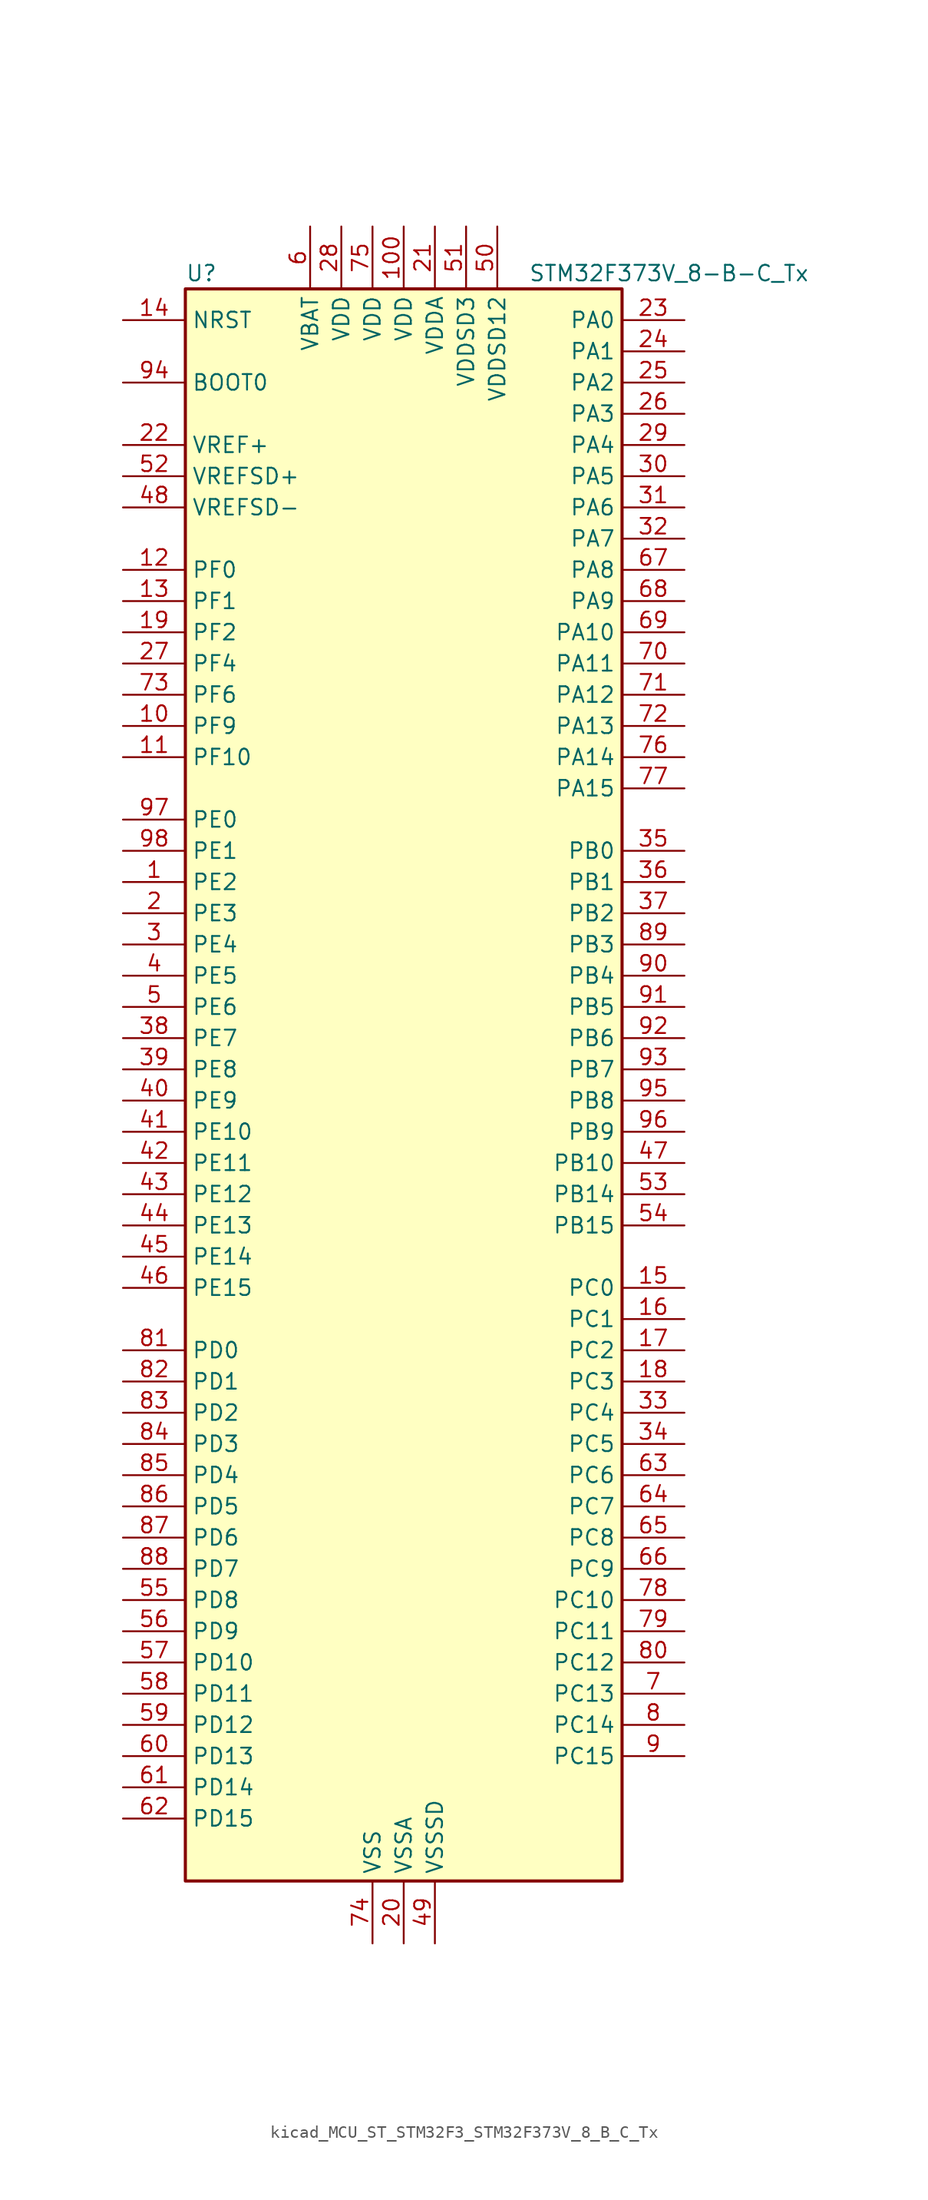
<source format=kicad_sym>
(kicad_symbol_lib
  (version 20220914)
  (generator kicad_symbol_editor)
  (symbol "kicad_MCU_ST_STM32F3_STM32F373V_8_B_C_Tx"
    (property "Reference" "U"
      (at -17.78 67.31 0)
      (effects (font (size 1.27 1.27)) (justify left)))
    (property "Value" "STM32F373V_8-B-C_Tx"
      (at 10.16 67.31 0)
      (effects (font (size 1.27 1.27)) (justify left)))
    (property "ki_locked" ""
      (at 0 0 0)
      (effects (font (size 1.27 1.27))))
    (symbol "kicad_MCU_ST_STM32F3_STM32F373V_8_B_C_Tx_0_1"
      (rectangle (start -17.78 -63.5) (end 17.78 66.04) (stroke (width 0.254) (type default)) (fill (type background))))
    (symbol "kicad_MCU_ST_STM32F3_STM32F373V_8_B_C_Tx_1_1"
      (pin bidirectional line (at -22.86 17.78 0) (length 5.08) (name "PE2" (effects (font (size 1.27 1.27)))) (number "1" (effects (font (size 1.27 1.27)))) (alternate "SYS_TRACECK" bidirectional line) (alternate "TSC_G7_IO1" bidirectional line))
      (pin bidirectional line (at -22.86 30.48 0) (length 5.08) (name "PF9" (effects (font (size 1.27 1.27)))) (number "10" (effects (font (size 1.27 1.27)))) (alternate "DAC1_EXTI9" bidirectional line) (alternate "DAC2_EXTI9" bidirectional line) (alternate "TIM14_CH1" bidirectional line))
      (pin power_in line (at 0 71.12 270) (length 5.08) (name "VDD" (effects (font (size 1.27 1.27)))) (number "100" (effects (font (size 1.27 1.27)))))
      (pin bidirectional line (at -22.86 27.94 0) (length 5.08) (name "PF10" (effects (font (size 1.27 1.27)))) (number "11" (effects (font (size 1.27 1.27)))))
      (pin bidirectional line (at -22.86 43.18 0) (length 5.08) (name "PF0" (effects (font (size 1.27 1.27)))) (number "12" (effects (font (size 1.27 1.27)))) (alternate "I2C2_SDA" bidirectional line) (alternate "RCC_OSC_IN" bidirectional line))
      (pin bidirectional line (at -22.86 40.64 0) (length 5.08) (name "PF1" (effects (font (size 1.27 1.27)))) (number "13" (effects (font (size 1.27 1.27)))) (alternate "I2C2_SCL" bidirectional line) (alternate "RCC_OSC_OUT" bidirectional line))
      (pin input line (at -22.86 63.5 0) (length 5.08) (name "NRST" (effects (font (size 1.27 1.27)))) (number "14" (effects (font (size 1.27 1.27)))))
      (pin bidirectional line (at 22.86 -15.24 180) (length 5.08) (name "PC0" (effects (font (size 1.27 1.27)))) (number "15" (effects (font (size 1.27 1.27)))) (alternate "ADC1_IN10" bidirectional line) (alternate "TIM5_CH1" bidirectional line) (alternate "TIM5_ETR" bidirectional line))
      (pin bidirectional line (at 22.86 -17.78 180) (length 5.08) (name "PC1" (effects (font (size 1.27 1.27)))) (number "16" (effects (font (size 1.27 1.27)))) (alternate "ADC1_IN11" bidirectional line) (alternate "TIM5_CH2" bidirectional line))
      (pin bidirectional line (at 22.86 -20.32 180) (length 5.08) (name "PC2" (effects (font (size 1.27 1.27)))) (number "17" (effects (font (size 1.27 1.27)))) (alternate "ADC1_IN12" bidirectional line) (alternate "I2S2_MCK" bidirectional line) (alternate "SPI2_MISO" bidirectional line) (alternate "TIM5_CH3" bidirectional line))
      (pin bidirectional line (at 22.86 -22.86 180) (length 5.08) (name "PC3" (effects (font (size 1.27 1.27)))) (number "18" (effects (font (size 1.27 1.27)))) (alternate "ADC1_IN13" bidirectional line) (alternate "I2S2_SD" bidirectional line) (alternate "SPI2_MOSI" bidirectional line) (alternate "TIM5_CH4" bidirectional line))
      (pin bidirectional line (at -22.86 38.1 0) (length 5.08) (name "PF2" (effects (font (size 1.27 1.27)))) (number "19" (effects (font (size 1.27 1.27)))) (alternate "I2C2_SMBA" bidirectional line))
      (pin bidirectional line (at -22.86 15.24 0) (length 5.08) (name "PE3" (effects (font (size 1.27 1.27)))) (number "2" (effects (font (size 1.27 1.27)))) (alternate "SYS_TRACED0" bidirectional line) (alternate "TSC_G7_IO2" bidirectional line))
      (pin power_in line (at 0 -68.58 90) (length 5.08) (name "VSSA" (effects (font (size 1.27 1.27)))) (number "20" (effects (font (size 1.27 1.27)))))
      (pin power_in line (at 2.54 71.12 270) (length 5.08) (name "VDDA" (effects (font (size 1.27 1.27)))) (number "21" (effects (font (size 1.27 1.27)))))
      (pin input line (at -22.86 53.34 0) (length 5.08) (name "VREF+" (effects (font (size 1.27 1.27)))) (number "22" (effects (font (size 1.27 1.27)))))
      (pin bidirectional line (at 22.86 63.5 180) (length 5.08) (name "PA0" (effects (font (size 1.27 1.27)))) (number "23" (effects (font (size 1.27 1.27)))) (alternate "ADC1_IN0" bidirectional line) (alternate "COMP1_INM" bidirectional line) (alternate "COMP1_OUT" bidirectional line) (alternate "RTC_TAMP2" bidirectional line) (alternate "SYS_WKUP1" bidirectional line) (alternate "TIM19_CH1" bidirectional line) (alternate "TIM2_CH1" bidirectional line) (alternate "TIM2_ETR" bidirectional line) (alternate "TIM5_CH1" bidirectional line) (alternate "TIM5_ETR" bidirectional line) (alternate "TSC_G1_IO1" bidirectional line) (alternate "USART2_CTS" bidirectional line))
      (pin bidirectional line (at 22.86 60.96 180) (length 5.08) (name "PA1" (effects (font (size 1.27 1.27)))) (number "24" (effects (font (size 1.27 1.27)))) (alternate "ADC1_IN1" bidirectional line) (alternate "COMP1_INP" bidirectional line) (alternate "I2S3_CK" bidirectional line) (alternate "RTC_REFIN" bidirectional line) (alternate "SPI3_SCK" bidirectional line) (alternate "TIM15_CH1N" bidirectional line) (alternate "TIM19_CH2" bidirectional line) (alternate "TIM2_CH2" bidirectional line) (alternate "TIM5_CH2" bidirectional line) (alternate "TSC_G1_IO2" bidirectional line) (alternate "USART2_DE" bidirectional line) (alternate "USART2_RTS" bidirectional line))
      (pin bidirectional line (at 22.86 58.42 180) (length 5.08) (name "PA2" (effects (font (size 1.27 1.27)))) (number "25" (effects (font (size 1.27 1.27)))) (alternate "ADC1_IN2" bidirectional line) (alternate "COMP2_INM" bidirectional line) (alternate "COMP2_OUT" bidirectional line) (alternate "I2S3_MCK" bidirectional line) (alternate "SPI3_MISO" bidirectional line) (alternate "TIM15_CH1" bidirectional line) (alternate "TIM19_CH3" bidirectional line) (alternate "TIM2_CH3" bidirectional line) (alternate "TIM5_CH3" bidirectional line) (alternate "TSC_G1_IO3" bidirectional line) (alternate "USART2_TX" bidirectional line))
      (pin bidirectional line (at 22.86 55.88 180) (length 5.08) (name "PA3" (effects (font (size 1.27 1.27)))) (number "26" (effects (font (size 1.27 1.27)))) (alternate "ADC1_IN3" bidirectional line) (alternate "COMP2_INP" bidirectional line) (alternate "I2S3_SD" bidirectional line) (alternate "SPI3_MOSI" bidirectional line) (alternate "TIM15_CH2" bidirectional line) (alternate "TIM19_CH4" bidirectional line) (alternate "TIM2_CH4" bidirectional line) (alternate "TIM5_CH4" bidirectional line) (alternate "TSC_G1_IO4" bidirectional line) (alternate "USART2_RX" bidirectional line))
      (pin bidirectional line (at -22.86 35.56 0) (length 5.08) (name "PF4" (effects (font (size 1.27 1.27)))) (number "27" (effects (font (size 1.27 1.27)))))
      (pin power_in line (at -5.08 71.12 270) (length 5.08) (name "VDD" (effects (font (size 1.27 1.27)))) (number "28" (effects (font (size 1.27 1.27)))))
      (pin bidirectional line (at 22.86 53.34 180) (length 5.08) (name "PA4" (effects (font (size 1.27 1.27)))) (number "29" (effects (font (size 1.27 1.27)))) (alternate "ADC1_IN4" bidirectional line) (alternate "DAC1_OUT1" bidirectional line) (alternate "I2S1_WS" bidirectional line) (alternate "I2S3_WS" bidirectional line) (alternate "SPI1_NSS" bidirectional line) (alternate "SPI3_NSS" bidirectional line) (alternate "TIM12_CH1" bidirectional line) (alternate "TIM3_CH2" bidirectional line) (alternate "TSC_G2_IO1" bidirectional line) (alternate "USART2_CK" bidirectional line))
      (pin bidirectional line (at -22.86 12.7 0) (length 5.08) (name "PE4" (effects (font (size 1.27 1.27)))) (number "3" (effects (font (size 1.27 1.27)))) (alternate "SYS_TRACED1" bidirectional line) (alternate "TSC_G7_IO3" bidirectional line))
      (pin bidirectional line (at 22.86 50.8 180) (length 5.08) (name "PA5" (effects (font (size 1.27 1.27)))) (number "30" (effects (font (size 1.27 1.27)))) (alternate "ADC1_IN5" bidirectional line) (alternate "CEC" bidirectional line) (alternate "DAC1_OUT2" bidirectional line) (alternate "I2S1_CK" bidirectional line) (alternate "SPI1_SCK" bidirectional line) (alternate "TIM12_CH2" bidirectional line) (alternate "TIM14_CH1" bidirectional line) (alternate "TIM2_CH1" bidirectional line) (alternate "TIM2_ETR" bidirectional line) (alternate "TSC_G2_IO2" bidirectional line))
      (pin bidirectional line (at 22.86 48.26 180) (length 5.08) (name "PA6" (effects (font (size 1.27 1.27)))) (number "31" (effects (font (size 1.27 1.27)))) (alternate "ADC1_IN6" bidirectional line) (alternate "COMP1_OUT" bidirectional line) (alternate "DAC2_OUT1" bidirectional line) (alternate "I2S1_MCK" bidirectional line) (alternate "SPI1_MISO" bidirectional line) (alternate "TIM13_CH1" bidirectional line) (alternate "TIM16_CH1" bidirectional line) (alternate "TIM3_CH1" bidirectional line) (alternate "TSC_G2_IO3" bidirectional line))
      (pin bidirectional line (at 22.86 45.72 180) (length 5.08) (name "PA7" (effects (font (size 1.27 1.27)))) (number "32" (effects (font (size 1.27 1.27)))) (alternate "ADC1_IN7" bidirectional line) (alternate "COMP2_OUT" bidirectional line) (alternate "I2S1_SD" bidirectional line) (alternate "SPI1_MOSI" bidirectional line) (alternate "TIM14_CH1" bidirectional line) (alternate "TIM17_CH1" bidirectional line) (alternate "TIM3_CH2" bidirectional line) (alternate "TSC_G2_IO4" bidirectional line))
      (pin bidirectional line (at 22.86 -25.4 180) (length 5.08) (name "PC4" (effects (font (size 1.27 1.27)))) (number "33" (effects (font (size 1.27 1.27)))) (alternate "ADC1_IN14" bidirectional line) (alternate "TIM13_CH1" bidirectional line) (alternate "TSC_G3_IO1" bidirectional line) (alternate "USART1_TX" bidirectional line))
      (pin bidirectional line (at 22.86 -27.94 180) (length 5.08) (name "PC5" (effects (font (size 1.27 1.27)))) (number "34" (effects (font (size 1.27 1.27)))) (alternate "ADC1_IN15" bidirectional line) (alternate "TSC_G3_IO2" bidirectional line) (alternate "USART1_RX" bidirectional line))
      (pin bidirectional line (at 22.86 20.32 180) (length 5.08) (name "PB0" (effects (font (size 1.27 1.27)))) (number "35" (effects (font (size 1.27 1.27)))) (alternate "ADC1_IN8" bidirectional line) (alternate "I2S1_SD" bidirectional line) (alternate "SDADC1_AIN6P" bidirectional line) (alternate "SPI1_MOSI" bidirectional line) (alternate "TIM3_CH2" bidirectional line) (alternate "TIM3_CH3" bidirectional line) (alternate "TSC_G3_IO3" bidirectional line))
      (pin bidirectional line (at 22.86 17.78 180) (length 5.08) (name "PB1" (effects (font (size 1.27 1.27)))) (number "36" (effects (font (size 1.27 1.27)))) (alternate "ADC1_IN9" bidirectional line) (alternate "SDADC1_AIN5P" bidirectional line) (alternate "SDADC1_AIN6M" bidirectional line) (alternate "TIM3_CH4" bidirectional line) (alternate "TSC_G3_IO4" bidirectional line))
      (pin bidirectional line (at 22.86 15.24 180) (length 5.08) (name "PB2" (effects (font (size 1.27 1.27)))) (number "37" (effects (font (size 1.27 1.27)))) (alternate "SDADC1_AIN4P" bidirectional line) (alternate "SDADC2_AIN6P" bidirectional line))
      (pin bidirectional line (at -22.86 5.08 0) (length 5.08) (name "PE7" (effects (font (size 1.27 1.27)))) (number "38" (effects (font (size 1.27 1.27)))) (alternate "SDADC1_AIN3P" bidirectional line) (alternate "SDADC1_AIN4M" bidirectional line) (alternate "SDADC2_AIN5P" bidirectional line) (alternate "SDADC2_AIN6M" bidirectional line))
      (pin bidirectional line (at -22.86 2.54 0) (length 5.08) (name "PE8" (effects (font (size 1.27 1.27)))) (number "39" (effects (font (size 1.27 1.27)))) (alternate "SDADC1_AIN8P" bidirectional line) (alternate "SDADC2_AIN8P" bidirectional line))
      (pin bidirectional line (at -22.86 10.16 0) (length 5.08) (name "PE5" (effects (font (size 1.27 1.27)))) (number "4" (effects (font (size 1.27 1.27)))) (alternate "SYS_TRACED2" bidirectional line) (alternate "TSC_G7_IO4" bidirectional line))
      (pin bidirectional line (at -22.86 0 0) (length 5.08) (name "PE9" (effects (font (size 1.27 1.27)))) (number "40" (effects (font (size 1.27 1.27)))) (alternate "DAC1_EXTI9" bidirectional line) (alternate "DAC2_EXTI9" bidirectional line) (alternate "SDADC1_AIN7P" bidirectional line) (alternate "SDADC1_AIN8M" bidirectional line) (alternate "SDADC2_AIN7P" bidirectional line) (alternate "SDADC2_AIN8M" bidirectional line))
      (pin bidirectional line (at -22.86 -2.54 0) (length 5.08) (name "PE10" (effects (font (size 1.27 1.27)))) (number "41" (effects (font (size 1.27 1.27)))) (alternate "SDADC1_AIN2P" bidirectional line))
      (pin bidirectional line (at -22.86 -5.08 0) (length 5.08) (name "PE11" (effects (font (size 1.27 1.27)))) (number "42" (effects (font (size 1.27 1.27)))) (alternate "ADC1_EXTI11" bidirectional line) (alternate "SDADC1_AIN1P" bidirectional line) (alternate "SDADC1_AIN2M" bidirectional line) (alternate "SDADC1_EXTI11" bidirectional line) (alternate "SDADC2_AIN4P" bidirectional line) (alternate "SDADC2_EXTI11" bidirectional line) (alternate "SDADC3_EXTI11" bidirectional line))
      (pin bidirectional line (at -22.86 -7.62 0) (length 5.08) (name "PE12" (effects (font (size 1.27 1.27)))) (number "43" (effects (font (size 1.27 1.27)))) (alternate "SDADC1_AIN0P" bidirectional line) (alternate "SDADC2_AIN3P" bidirectional line) (alternate "SDADC2_AIN4M" bidirectional line))
      (pin bidirectional line (at -22.86 -10.16 0) (length 5.08) (name "PE13" (effects (font (size 1.27 1.27)))) (number "44" (effects (font (size 1.27 1.27)))) (alternate "SDADC1_AIN0M" bidirectional line) (alternate "SDADC2_AIN2P" bidirectional line))
      (pin bidirectional line (at -22.86 -12.7 0) (length 5.08) (name "PE14" (effects (font (size 1.27 1.27)))) (number "45" (effects (font (size 1.27 1.27)))) (alternate "SDADC2_AIN1P" bidirectional line) (alternate "SDADC2_AIN2M" bidirectional line))
      (pin bidirectional line (at -22.86 -15.24 0) (length 5.08) (name "PE15" (effects (font (size 1.27 1.27)))) (number "46" (effects (font (size 1.27 1.27)))) (alternate "ADC1_EXTI15" bidirectional line) (alternate "SDADC1_EXTI15" bidirectional line) (alternate "SDADC2_AIN0P" bidirectional line) (alternate "SDADC2_EXTI15" bidirectional line) (alternate "SDADC3_EXTI15" bidirectional line) (alternate "USART3_RX" bidirectional line))
      (pin bidirectional line (at 22.86 -5.08 180) (length 5.08) (name "PB10" (effects (font (size 1.27 1.27)))) (number "47" (effects (font (size 1.27 1.27)))) (alternate "CEC" bidirectional line) (alternate "I2S2_CK" bidirectional line) (alternate "SDADC2_AIN0M" bidirectional line) (alternate "SPI2_SCK" bidirectional line) (alternate "TIM2_CH3" bidirectional line) (alternate "TSC_SYNC" bidirectional line) (alternate "USART3_TX" bidirectional line))
      (pin input line (at -22.86 48.26 0) (length 5.08) (name "VREFSD-" (effects (font (size 1.27 1.27)))) (number "48" (effects (font (size 1.27 1.27)))))
      (pin power_in line (at 2.54 -68.58 90) (length 5.08) (name "VSSSD" (effects (font (size 1.27 1.27)))) (number "49" (effects (font (size 1.27 1.27)))))
      (pin bidirectional line (at -22.86 7.62 0) (length 5.08) (name "PE6" (effects (font (size 1.27 1.27)))) (number "5" (effects (font (size 1.27 1.27)))) (alternate "RTC_TAMP3" bidirectional line) (alternate "SYS_TRACED3" bidirectional line) (alternate "SYS_WKUP3" bidirectional line))
      (pin power_in line (at 7.62 71.12 270) (length 5.08) (name "VDDSD12" (effects (font (size 1.27 1.27)))) (number "50" (effects (font (size 1.27 1.27)))))
      (pin power_in line (at 5.08 71.12 270) (length 5.08) (name "VDDSD3" (effects (font (size 1.27 1.27)))) (number "51" (effects (font (size 1.27 1.27)))))
      (pin input line (at -22.86 50.8 0) (length 5.08) (name "VREFSD+" (effects (font (size 1.27 1.27)))) (number "52" (effects (font (size 1.27 1.27)))))
      (pin bidirectional line (at 22.86 -7.62 180) (length 5.08) (name "PB14" (effects (font (size 1.27 1.27)))) (number "53" (effects (font (size 1.27 1.27)))) (alternate "I2S2_MCK" bidirectional line) (alternate "SDADC3_AIN8P" bidirectional line) (alternate "SPI2_MISO" bidirectional line) (alternate "TIM12_CH1" bidirectional line) (alternate "TIM15_CH1" bidirectional line) (alternate "TSC_G6_IO1" bidirectional line) (alternate "USART3_DE" bidirectional line) (alternate "USART3_RTS" bidirectional line))
      (pin bidirectional line (at 22.86 -10.16 180) (length 5.08) (name "PB15" (effects (font (size 1.27 1.27)))) (number "54" (effects (font (size 1.27 1.27)))) (alternate "ADC1_EXTI15" bidirectional line) (alternate "I2S2_SD" bidirectional line) (alternate "RTC_REFIN" bidirectional line) (alternate "SDADC1_EXTI15" bidirectional line) (alternate "SDADC2_EXTI15" bidirectional line) (alternate "SDADC3_AIN7P" bidirectional line) (alternate "SDADC3_AIN8M" bidirectional line) (alternate "SDADC3_EXTI15" bidirectional line) (alternate "SPI2_MOSI" bidirectional line) (alternate "TIM12_CH2" bidirectional line) (alternate "TIM15_CH1N" bidirectional line) (alternate "TIM15_CH2" bidirectional line) (alternate "TSC_G6_IO2" bidirectional line))
      (pin bidirectional line (at -22.86 -40.64 0) (length 5.08) (name "PD8" (effects (font (size 1.27 1.27)))) (number "55" (effects (font (size 1.27 1.27)))) (alternate "I2S2_CK" bidirectional line) (alternate "SDADC3_AIN6P" bidirectional line) (alternate "SPI2_SCK" bidirectional line) (alternate "TSC_G6_IO3" bidirectional line) (alternate "USART3_TX" bidirectional line))
      (pin bidirectional line (at -22.86 -43.18 0) (length 5.08) (name "PD9" (effects (font (size 1.27 1.27)))) (number "56" (effects (font (size 1.27 1.27)))) (alternate "DAC1_EXTI9" bidirectional line) (alternate "DAC2_EXTI9" bidirectional line) (alternate "SDADC3_AIN5P" bidirectional line) (alternate "SDADC3_AIN6M" bidirectional line) (alternate "TSC_G6_IO4" bidirectional line) (alternate "USART3_RX" bidirectional line))
      (pin bidirectional line (at -22.86 -45.72 0) (length 5.08) (name "PD10" (effects (font (size 1.27 1.27)))) (number "57" (effects (font (size 1.27 1.27)))) (alternate "SDADC3_AIN4P" bidirectional line) (alternate "USART3_CK" bidirectional line))
      (pin bidirectional line (at -22.86 -48.26 0) (length 5.08) (name "PD11" (effects (font (size 1.27 1.27)))) (number "58" (effects (font (size 1.27 1.27)))) (alternate "ADC1_EXTI11" bidirectional line) (alternate "SDADC1_EXTI11" bidirectional line) (alternate "SDADC2_EXTI11" bidirectional line) (alternate "SDADC3_AIN3P" bidirectional line) (alternate "SDADC3_AIN4M" bidirectional line) (alternate "SDADC3_EXTI11" bidirectional line) (alternate "USART3_CTS" bidirectional line))
      (pin bidirectional line (at -22.86 -50.8 0) (length 5.08) (name "PD12" (effects (font (size 1.27 1.27)))) (number "59" (effects (font (size 1.27 1.27)))) (alternate "SDADC3_AIN2P" bidirectional line) (alternate "TIM4_CH1" bidirectional line) (alternate "TSC_G8_IO1" bidirectional line) (alternate "USART3_DE" bidirectional line) (alternate "USART3_RTS" bidirectional line))
      (pin power_in line (at -7.62 71.12 270) (length 5.08) (name "VBAT" (effects (font (size 1.27 1.27)))) (number "6" (effects (font (size 1.27 1.27)))))
      (pin bidirectional line (at -22.86 -53.34 0) (length 5.08) (name "PD13" (effects (font (size 1.27 1.27)))) (number "60" (effects (font (size 1.27 1.27)))) (alternate "SDADC3_AIN1P" bidirectional line) (alternate "SDADC3_AIN2M" bidirectional line) (alternate "TIM4_CH2" bidirectional line) (alternate "TSC_G8_IO2" bidirectional line))
      (pin bidirectional line (at -22.86 -55.88 0) (length 5.08) (name "PD14" (effects (font (size 1.27 1.27)))) (number "61" (effects (font (size 1.27 1.27)))) (alternate "SDADC3_AIN0P" bidirectional line) (alternate "TIM4_CH3" bidirectional line) (alternate "TSC_G8_IO3" bidirectional line))
      (pin bidirectional line (at -22.86 -58.42 0) (length 5.08) (name "PD15" (effects (font (size 1.27 1.27)))) (number "62" (effects (font (size 1.27 1.27)))) (alternate "ADC1_EXTI15" bidirectional line) (alternate "SDADC1_EXTI15" bidirectional line) (alternate "SDADC2_EXTI15" bidirectional line) (alternate "SDADC3_AIN0M" bidirectional line) (alternate "SDADC3_EXTI15" bidirectional line) (alternate "TIM4_CH4" bidirectional line) (alternate "TSC_G8_IO4" bidirectional line))
      (pin bidirectional line (at 22.86 -30.48 180) (length 5.08) (name "PC6" (effects (font (size 1.27 1.27)))) (number "63" (effects (font (size 1.27 1.27)))) (alternate "I2S1_WS" bidirectional line) (alternate "SPI1_NSS" bidirectional line) (alternate "TIM3_CH1" bidirectional line))
      (pin bidirectional line (at 22.86 -33.02 180) (length 5.08) (name "PC7" (effects (font (size 1.27 1.27)))) (number "64" (effects (font (size 1.27 1.27)))) (alternate "I2S1_CK" bidirectional line) (alternate "SPI1_SCK" bidirectional line) (alternate "TIM3_CH2" bidirectional line))
      (pin bidirectional line (at 22.86 -35.56 180) (length 5.08) (name "PC8" (effects (font (size 1.27 1.27)))) (number "65" (effects (font (size 1.27 1.27)))) (alternate "I2S1_MCK" bidirectional line) (alternate "SPI1_MISO" bidirectional line) (alternate "TIM3_CH3" bidirectional line))
      (pin bidirectional line (at 22.86 -38.1 180) (length 5.08) (name "PC9" (effects (font (size 1.27 1.27)))) (number "66" (effects (font (size 1.27 1.27)))) (alternate "DAC1_EXTI9" bidirectional line) (alternate "DAC2_EXTI9" bidirectional line) (alternate "I2S1_SD" bidirectional line) (alternate "SPI1_MOSI" bidirectional line) (alternate "TIM3_CH4" bidirectional line))
      (pin bidirectional line (at 22.86 43.18 180) (length 5.08) (name "PA8" (effects (font (size 1.27 1.27)))) (number "67" (effects (font (size 1.27 1.27)))) (alternate "I2C2_SMBA" bidirectional line) (alternate "I2S2_CK" bidirectional line) (alternate "RCC_MCO" bidirectional line) (alternate "SPI2_SCK" bidirectional line) (alternate "TIM4_ETR" bidirectional line) (alternate "TIM5_CH1" bidirectional line) (alternate "TIM5_ETR" bidirectional line) (alternate "USART1_CK" bidirectional line))
      (pin bidirectional line (at 22.86 40.64 180) (length 5.08) (name "PA9" (effects (font (size 1.27 1.27)))) (number "68" (effects (font (size 1.27 1.27)))) (alternate "DAC1_EXTI9" bidirectional line) (alternate "DAC2_EXTI9" bidirectional line) (alternate "I2C2_SCL" bidirectional line) (alternate "I2S2_MCK" bidirectional line) (alternate "SPI2_MISO" bidirectional line) (alternate "TIM13_CH1" bidirectional line) (alternate "TIM15_BKIN" bidirectional line) (alternate "TIM2_CH3" bidirectional line) (alternate "TSC_G4_IO1" bidirectional line) (alternate "USART1_TX" bidirectional line))
      (pin bidirectional line (at 22.86 38.1 180) (length 5.08) (name "PA10" (effects (font (size 1.27 1.27)))) (number "69" (effects (font (size 1.27 1.27)))) (alternate "I2C2_SDA" bidirectional line) (alternate "I2S2_SD" bidirectional line) (alternate "SPI2_MOSI" bidirectional line) (alternate "TIM14_CH1" bidirectional line) (alternate "TIM17_BKIN" bidirectional line) (alternate "TIM2_CH4" bidirectional line) (alternate "TSC_G4_IO2" bidirectional line) (alternate "USART1_RX" bidirectional line))
      (pin bidirectional line (at 22.86 -48.26 180) (length 5.08) (name "PC13" (effects (font (size 1.27 1.27)))) (number "7" (effects (font (size 1.27 1.27)))) (alternate "RTC_OUT_ALARM" bidirectional line) (alternate "RTC_OUT_CALIB" bidirectional line) (alternate "RTC_TAMP1" bidirectional line) (alternate "RTC_TS" bidirectional line) (alternate "SYS_WKUP2" bidirectional line))
      (pin bidirectional line (at 22.86 35.56 180) (length 5.08) (name "PA11" (effects (font (size 1.27 1.27)))) (number "70" (effects (font (size 1.27 1.27)))) (alternate "ADC1_EXTI11" bidirectional line) (alternate "CAN_RX" bidirectional line) (alternate "COMP1_OUT" bidirectional line) (alternate "I2S1_WS" bidirectional line) (alternate "I2S2_WS" bidirectional line) (alternate "SDADC1_EXTI11" bidirectional line) (alternate "SDADC2_EXTI11" bidirectional line) (alternate "SDADC3_EXTI11" bidirectional line) (alternate "SPI1_NSS" bidirectional line) (alternate "SPI2_NSS" bidirectional line) (alternate "TIM4_CH1" bidirectional line) (alternate "TIM5_CH2" bidirectional line) (alternate "USART1_CTS" bidirectional line) (alternate "USB_DM" bidirectional line))
      (pin bidirectional line (at 22.86 33.02 180) (length 5.08) (name "PA12" (effects (font (size 1.27 1.27)))) (number "71" (effects (font (size 1.27 1.27)))) (alternate "CAN_TX" bidirectional line) (alternate "COMP2_OUT" bidirectional line) (alternate "I2S1_CK" bidirectional line) (alternate "SPI1_SCK" bidirectional line) (alternate "TIM16_CH1" bidirectional line) (alternate "TIM4_CH2" bidirectional line) (alternate "TIM5_CH3" bidirectional line) (alternate "USART1_DE" bidirectional line) (alternate "USART1_RTS" bidirectional line) (alternate "USB_DP" bidirectional line))
      (pin bidirectional line (at 22.86 30.48 180) (length 5.08) (name "PA13" (effects (font (size 1.27 1.27)))) (number "72" (effects (font (size 1.27 1.27)))) (alternate "I2S1_MCK" bidirectional line) (alternate "IR_OUT" bidirectional line) (alternate "SPI1_MISO" bidirectional line) (alternate "SYS_JTMS-SWDIO" bidirectional line) (alternate "TIM16_CH1N" bidirectional line) (alternate "TIM4_CH3" bidirectional line) (alternate "TIM5_CH4" bidirectional line) (alternate "TSC_G4_IO3" bidirectional line) (alternate "USART3_CTS" bidirectional line))
      (pin bidirectional line (at -22.86 33.02 0) (length 5.08) (name "PF6" (effects (font (size 1.27 1.27)))) (number "73" (effects (font (size 1.27 1.27)))) (alternate "I2C2_SCL" bidirectional line) (alternate "I2S1_SD" bidirectional line) (alternate "SPI1_MOSI" bidirectional line) (alternate "TIM4_CH4" bidirectional line) (alternate "USART3_DE" bidirectional line) (alternate "USART3_RTS" bidirectional line))
      (pin power_in line (at -2.54 -68.58 90) (length 5.08) (name "VSS" (effects (font (size 1.27 1.27)))) (number "74" (effects (font (size 1.27 1.27)))))
      (pin power_in line (at -2.54 71.12 270) (length 5.08) (name "VDD" (effects (font (size 1.27 1.27)))) (number "75" (effects (font (size 1.27 1.27)))))
      (pin bidirectional line (at 22.86 27.94 180) (length 5.08) (name "PA14" (effects (font (size 1.27 1.27)))) (number "76" (effects (font (size 1.27 1.27)))) (alternate "I2C1_SDA" bidirectional line) (alternate "SYS_JTCK-SWCLK" bidirectional line) (alternate "TIM12_CH1" bidirectional line) (alternate "TSC_G4_IO4" bidirectional line))
      (pin bidirectional line (at 22.86 25.4 180) (length 5.08) (name "PA15" (effects (font (size 1.27 1.27)))) (number "77" (effects (font (size 1.27 1.27)))) (alternate "ADC1_EXTI15" bidirectional line) (alternate "I2C1_SCL" bidirectional line) (alternate "I2S1_WS" bidirectional line) (alternate "I2S3_WS" bidirectional line) (alternate "SDADC1_EXTI15" bidirectional line) (alternate "SDADC2_EXTI15" bidirectional line) (alternate "SDADC3_EXTI15" bidirectional line) (alternate "SPI1_NSS" bidirectional line) (alternate "SPI3_NSS" bidirectional line) (alternate "SYS_JTDI" bidirectional line) (alternate "TIM12_CH2" bidirectional line) (alternate "TIM2_CH1" bidirectional line) (alternate "TIM2_ETR" bidirectional line) (alternate "TSC_SYNC" bidirectional line))
      (pin bidirectional line (at 22.86 -40.64 180) (length 5.08) (name "PC10" (effects (font (size 1.27 1.27)))) (number "78" (effects (font (size 1.27 1.27)))) (alternate "I2S3_CK" bidirectional line) (alternate "SPI3_SCK" bidirectional line) (alternate "TIM19_CH1" bidirectional line) (alternate "USART3_TX" bidirectional line))
      (pin bidirectional line (at 22.86 -43.18 180) (length 5.08) (name "PC11" (effects (font (size 1.27 1.27)))) (number "79" (effects (font (size 1.27 1.27)))) (alternate "ADC1_EXTI11" bidirectional line) (alternate "I2S3_MCK" bidirectional line) (alternate "SDADC1_EXTI11" bidirectional line) (alternate "SDADC2_EXTI11" bidirectional line) (alternate "SDADC3_EXTI11" bidirectional line) (alternate "SPI3_MISO" bidirectional line) (alternate "TIM19_CH2" bidirectional line) (alternate "USART3_RX" bidirectional line))
      (pin bidirectional line (at 22.86 -50.8 180) (length 5.08) (name "PC14" (effects (font (size 1.27 1.27)))) (number "8" (effects (font (size 1.27 1.27)))) (alternate "RCC_OSC32_IN" bidirectional line))
      (pin bidirectional line (at 22.86 -45.72 180) (length 5.08) (name "PC12" (effects (font (size 1.27 1.27)))) (number "80" (effects (font (size 1.27 1.27)))) (alternate "I2S3_SD" bidirectional line) (alternate "SPI3_MOSI" bidirectional line) (alternate "TIM19_CH3" bidirectional line) (alternate "USART3_CK" bidirectional line))
      (pin bidirectional line (at -22.86 -20.32 0) (length 5.08) (name "PD0" (effects (font (size 1.27 1.27)))) (number "81" (effects (font (size 1.27 1.27)))) (alternate "CAN_RX" bidirectional line) (alternate "TIM19_CH4" bidirectional line))
      (pin bidirectional line (at -22.86 -22.86 0) (length 5.08) (name "PD1" (effects (font (size 1.27 1.27)))) (number "82" (effects (font (size 1.27 1.27)))) (alternate "CAN_TX" bidirectional line) (alternate "TIM19_ETR" bidirectional line))
      (pin bidirectional line (at -22.86 -25.4 0) (length 5.08) (name "PD2" (effects (font (size 1.27 1.27)))) (number "83" (effects (font (size 1.27 1.27)))) (alternate "TIM3_ETR" bidirectional line))
      (pin bidirectional line (at -22.86 -27.94 0) (length 5.08) (name "PD3" (effects (font (size 1.27 1.27)))) (number "84" (effects (font (size 1.27 1.27)))) (alternate "I2S2_MCK" bidirectional line) (alternate "SPI2_MISO" bidirectional line) (alternate "USART2_CTS" bidirectional line))
      (pin bidirectional line (at -22.86 -30.48 0) (length 5.08) (name "PD4" (effects (font (size 1.27 1.27)))) (number "85" (effects (font (size 1.27 1.27)))) (alternate "I2S2_SD" bidirectional line) (alternate "SPI2_MOSI" bidirectional line) (alternate "USART2_DE" bidirectional line) (alternate "USART2_RTS" bidirectional line))
      (pin bidirectional line (at -22.86 -33.02 0) (length 5.08) (name "PD5" (effects (font (size 1.27 1.27)))) (number "86" (effects (font (size 1.27 1.27)))) (alternate "USART2_TX" bidirectional line))
      (pin bidirectional line (at -22.86 -35.56 0) (length 5.08) (name "PD6" (effects (font (size 1.27 1.27)))) (number "87" (effects (font (size 1.27 1.27)))) (alternate "I2S2_WS" bidirectional line) (alternate "SPI2_NSS" bidirectional line) (alternate "USART2_RX" bidirectional line))
      (pin bidirectional line (at -22.86 -38.1 0) (length 5.08) (name "PD7" (effects (font (size 1.27 1.27)))) (number "88" (effects (font (size 1.27 1.27)))) (alternate "I2S2_CK" bidirectional line) (alternate "SPI2_SCK" bidirectional line) (alternate "USART2_CK" bidirectional line))
      (pin bidirectional line (at 22.86 12.7 180) (length 5.08) (name "PB3" (effects (font (size 1.27 1.27)))) (number "89" (effects (font (size 1.27 1.27)))) (alternate "I2S1_CK" bidirectional line) (alternate "I2S3_CK" bidirectional line) (alternate "SPI1_SCK" bidirectional line) (alternate "SPI3_SCK" bidirectional line) (alternate "SYS_JTDO-TRACESWO" bidirectional line) (alternate "TIM13_CH1" bidirectional line) (alternate "TIM2_CH2" bidirectional line) (alternate "TIM3_ETR" bidirectional line) (alternate "TIM4_ETR" bidirectional line) (alternate "TSC_G5_IO1" bidirectional line) (alternate "USART2_TX" bidirectional line))
      (pin bidirectional line (at 22.86 -53.34 180) (length 5.08) (name "PC15" (effects (font (size 1.27 1.27)))) (number "9" (effects (font (size 1.27 1.27)))) (alternate "ADC1_EXTI15" bidirectional line) (alternate "RCC_OSC32_OUT" bidirectional line) (alternate "SDADC1_EXTI15" bidirectional line) (alternate "SDADC2_EXTI15" bidirectional line) (alternate "SDADC3_EXTI15" bidirectional line))
      (pin bidirectional line (at 22.86 10.16 180) (length 5.08) (name "PB4" (effects (font (size 1.27 1.27)))) (number "90" (effects (font (size 1.27 1.27)))) (alternate "I2S1_MCK" bidirectional line) (alternate "I2S3_MCK" bidirectional line) (alternate "SPI1_MISO" bidirectional line) (alternate "SPI3_MISO" bidirectional line) (alternate "SYS_NJTRST" bidirectional line) (alternate "TIM15_CH1N" bidirectional line) (alternate "TIM16_CH1" bidirectional line) (alternate "TIM17_BKIN" bidirectional line) (alternate "TIM3_CH1" bidirectional line) (alternate "TSC_G5_IO2" bidirectional line) (alternate "USART2_RX" bidirectional line))
      (pin bidirectional line (at 22.86 7.62 180) (length 5.08) (name "PB5" (effects (font (size 1.27 1.27)))) (number "91" (effects (font (size 1.27 1.27)))) (alternate "I2C1_SMBA" bidirectional line) (alternate "I2S1_SD" bidirectional line) (alternate "I2S3_SD" bidirectional line) (alternate "SPI1_MOSI" bidirectional line) (alternate "SPI3_MOSI" bidirectional line) (alternate "TIM16_BKIN" bidirectional line) (alternate "TIM17_CH1" bidirectional line) (alternate "TIM19_ETR" bidirectional line) (alternate "TIM3_CH2" bidirectional line) (alternate "USART2_CK" bidirectional line))
      (pin bidirectional line (at 22.86 5.08 180) (length 5.08) (name "PB6" (effects (font (size 1.27 1.27)))) (number "92" (effects (font (size 1.27 1.27)))) (alternate "I2C1_SCL" bidirectional line) (alternate "TIM15_CH1" bidirectional line) (alternate "TIM16_CH1N" bidirectional line) (alternate "TIM19_CH1" bidirectional line) (alternate "TIM3_CH3" bidirectional line) (alternate "TIM4_CH1" bidirectional line) (alternate "TSC_G5_IO3" bidirectional line) (alternate "USART1_TX" bidirectional line))
      (pin bidirectional line (at 22.86 2.54 180) (length 5.08) (name "PB7" (effects (font (size 1.27 1.27)))) (number "93" (effects (font (size 1.27 1.27)))) (alternate "I2C1_SDA" bidirectional line) (alternate "TIM15_CH2" bidirectional line) (alternate "TIM17_CH1N" bidirectional line) (alternate "TIM19_CH2" bidirectional line) (alternate "TIM3_CH4" bidirectional line) (alternate "TIM4_CH2" bidirectional line) (alternate "TSC_G5_IO4" bidirectional line) (alternate "USART1_RX" bidirectional line))
      (pin input line (at -22.86 58.42 0) (length 5.08) (name "BOOT0" (effects (font (size 1.27 1.27)))) (number "94" (effects (font (size 1.27 1.27)))))
      (pin bidirectional line (at 22.86 0 180) (length 5.08) (name "PB8" (effects (font (size 1.27 1.27)))) (number "95" (effects (font (size 1.27 1.27)))) (alternate "CAN_RX" bidirectional line) (alternate "CEC" bidirectional line) (alternate "COMP1_OUT" bidirectional line) (alternate "I2C1_SCL" bidirectional line) (alternate "I2S2_CK" bidirectional line) (alternate "SPI2_SCK" bidirectional line) (alternate "TIM16_CH1" bidirectional line) (alternate "TIM19_CH3" bidirectional line) (alternate "TIM4_CH3" bidirectional line) (alternate "TSC_SYNC" bidirectional line) (alternate "USART3_TX" bidirectional line))
      (pin bidirectional line (at 22.86 -2.54 180) (length 5.08) (name "PB9" (effects (font (size 1.27 1.27)))) (number "96" (effects (font (size 1.27 1.27)))) (alternate "CAN_TX" bidirectional line) (alternate "COMP2_OUT" bidirectional line) (alternate "DAC1_EXTI9" bidirectional line) (alternate "DAC2_EXTI9" bidirectional line) (alternate "I2C1_SDA" bidirectional line) (alternate "I2S2_WS" bidirectional line) (alternate "IR_OUT" bidirectional line) (alternate "SPI2_NSS" bidirectional line) (alternate "TIM17_CH1" bidirectional line) (alternate "TIM19_CH4" bidirectional line) (alternate "TIM4_CH4" bidirectional line) (alternate "USART3_RX" bidirectional line))
      (pin bidirectional line (at -22.86 22.86 0) (length 5.08) (name "PE0" (effects (font (size 1.27 1.27)))) (number "97" (effects (font (size 1.27 1.27)))) (alternate "TIM4_ETR" bidirectional line) (alternate "USART1_TX" bidirectional line))
      (pin bidirectional line (at -22.86 20.32 0) (length 5.08) (name "PE1" (effects (font (size 1.27 1.27)))) (number "98" (effects (font (size 1.27 1.27)))) (alternate "USART1_RX" bidirectional line))
      (pin passive line (at -2.54 -68.58 90) (length 5.08) hide (name "VSS" (effects (font (size 1.27 1.27)))) (number "99" (effects (font (size 1.27 1.27))))))))
</source>
